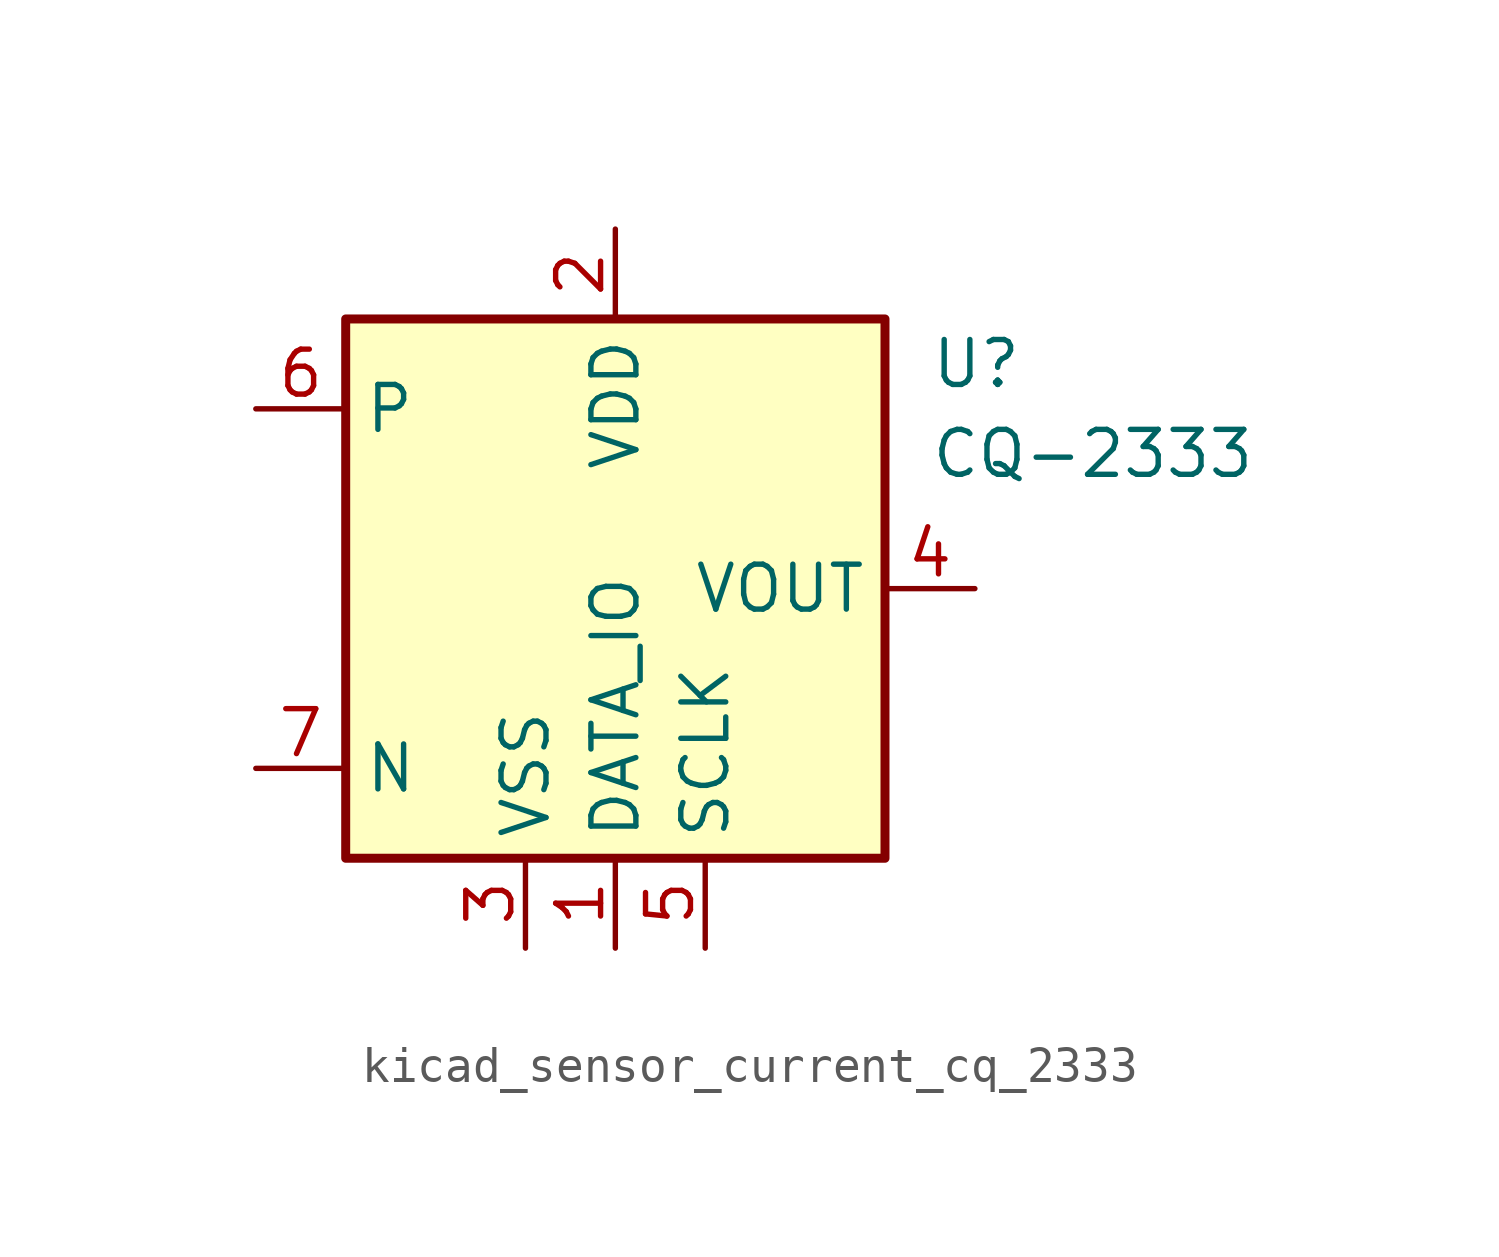
<source format=kicad_sym>
(kicad_symbol_lib
  (version 20220914)
  (generator kicad_symbol_editor)
  (symbol "kicad_sensor_current_cq_2333"
    (property "Reference" "U"
      (at 8.89 6.35 0)
      (effects (font (size 1.27 1.27)) (justify left)))
    (property "Value" "CQ-2333"
      (at 8.89 3.81 0)
      (effects (font (size 1.27 1.27)) (justify left)))
    (symbol "kicad_sensor_current_cq_2333_0_1"
      (rectangle (start -7.62 7.62) (end 7.62 -7.62) (stroke (width 0.254) (type default)) (fill (type background))))
    (symbol "kicad_sensor_current_cq_2333_1_1"
      (pin power_in line (at 0 -10.16 90) (length 2.54) (name "DATA_IO" (effects (font (size 1.27 1.27)))) (number "1" (effects (font (size 1.27 1.27)))))
      (pin power_in line (at 0 10.16 270) (length 2.54) (name "VDD" (effects (font (size 1.27 1.27)))) (number "2" (effects (font (size 1.27 1.27)))))
      (pin power_in line (at -2.54 -10.16 90) (length 2.54) (name "VSS" (effects (font (size 1.27 1.27)))) (number "3" (effects (font (size 1.27 1.27)))))
      (pin output line (at 10.16 0 180) (length 2.54) (name "VOUT" (effects (font (size 1.27 1.27)))) (number "4" (effects (font (size 1.27 1.27)))))
      (pin power_in line (at 2.54 -10.16 90) (length 2.54) (name "SCLK" (effects (font (size 1.27 1.27)))) (number "5" (effects (font (size 1.27 1.27)))))
      (pin passive line (at -10.16 5.08 0) (length 2.54) (name "P" (effects (font (size 1.27 1.27)))) (number "6" (effects (font (size 1.27 1.27)))))
      (pin passive line (at -10.16 -5.08 0) (length 2.54) (name "N" (effects (font (size 1.27 1.27)))) (number "7" (effects (font (size 1.27 1.27))))))))
</source>
